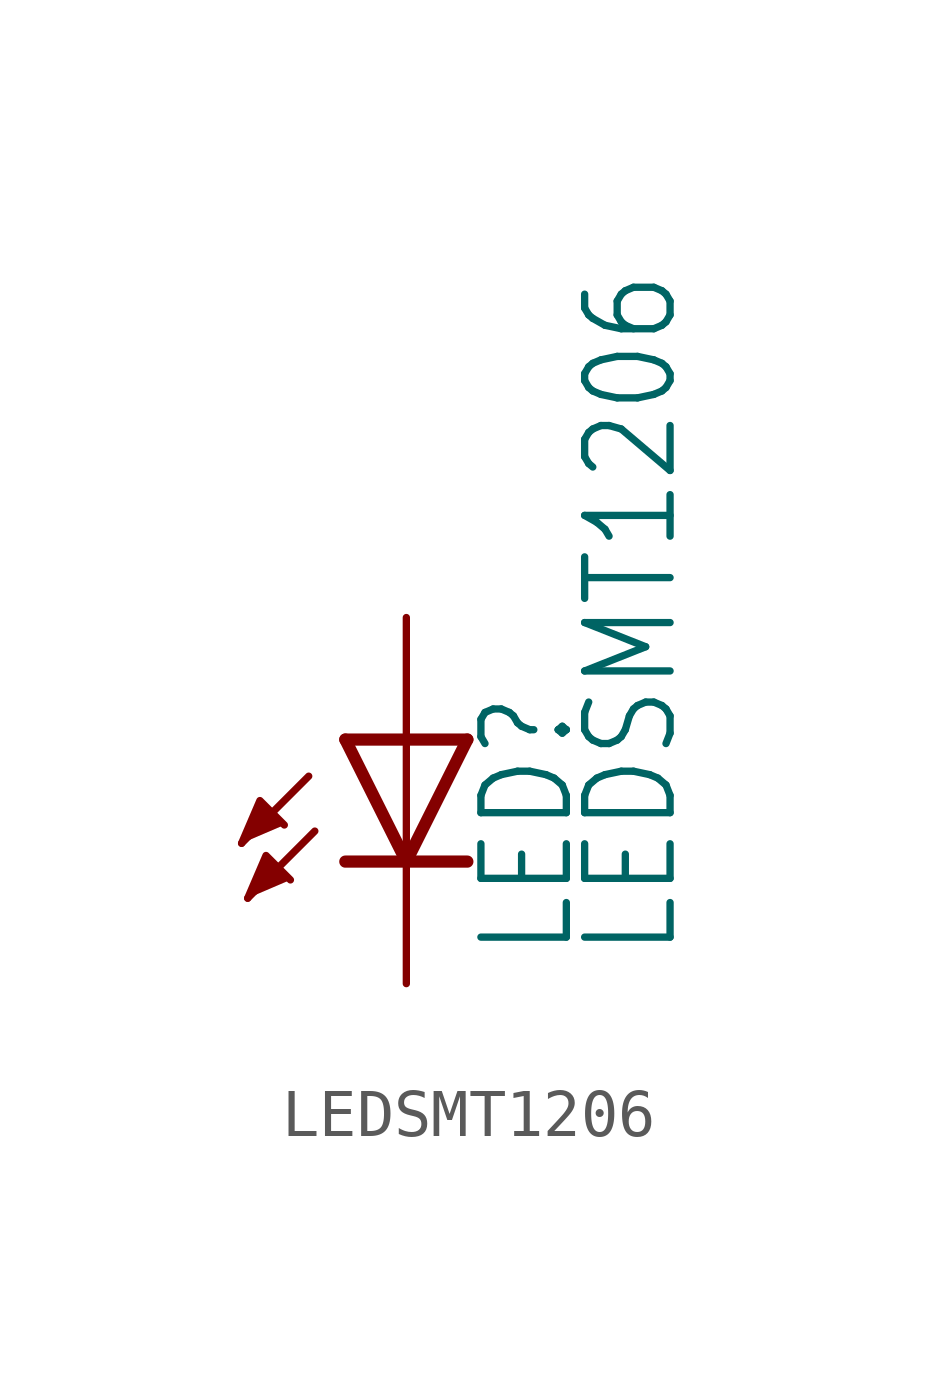
<source format=kicad_sym>
(kicad_symbol_lib
  (version 20211014)
  (generator kicad_symbol_editor)
  (symbol "LEDSMT1206"
    (property "Reference" "LED"
      (at 3.556 -4.572 90)
      (effects (font (size 1.778 1.511)) (justify left bottom)))
    (property "Value" "LEDSMT1206"
      (at 5.715 -4.572 90)
      (effects (font (size 1.778 1.511)) (justify left bottom)))
    (property "ki_locked" ""
      (at 0 0 0)
      (effects (font (size 1.27 1.27))))
    (symbol "LEDSMT1206_1_0"
      (polyline (pts (xy -2.032 -0.762) (xy -3.429 -2.159)) (stroke (width 0.152) (type default) (color 0 0 0 0)) (fill (type none)))
      (polyline (pts (xy -1.905 -1.905) (xy -3.302 -3.302)) (stroke (width 0.152) (type default) (color 0 0 0 0)) (fill (type none)))
      (polyline (pts (xy 0 -2.54) (xy -1.27 -2.54)) (stroke (width 0.254) (type default) (color 0 0 0 0)) (fill (type none)))
      (polyline (pts (xy 0 -2.54) (xy -1.27 0)) (stroke (width 0.254) (type default) (color 0 0 0 0)) (fill (type none)))
      (polyline (pts (xy 0 0) (xy -1.27 0)) (stroke (width 0.254) (type default) (color 0 0 0 0)) (fill (type none)))
      (polyline (pts (xy 0 0) (xy 0 -2.54)) (stroke (width 0.152) (type default) (color 0 0 0 0)) (fill (type none)))
      (polyline (pts (xy 1.27 -2.54) (xy 0 -2.54)) (stroke (width 0.254) (type default) (color 0 0 0 0)) (fill (type none)))
      (polyline (pts (xy 1.27 0) (xy 0 -2.54)) (stroke (width 0.254) (type default) (color 0 0 0 0)) (fill (type none)))
      (polyline (pts (xy 1.27 0) (xy 0 0)) (stroke (width 0.254) (type default) (color 0 0 0 0)) (fill (type none)))
      (polyline (pts (xy -3.429 -2.159) (xy -3.048 -1.27) (xy -2.54 -1.778)) (stroke (width 0) (type default) (color 0 0 0 0)) (fill (type outline)))
      (polyline (pts (xy -3.302 -3.302) (xy -2.921 -2.413) (xy -2.413 -2.921)) (stroke (width 0) (type default) (color 0 0 0 0)) (fill (type outline)))
      (pin passive line (at 0 2.54 270) (length 2.54) (name "A" (effects (font (size 0 0)))) (number "A" (effects (font (size 0 0)))))
      (pin passive line (at 0 -5.08 90) (length 2.54) (name "C" (effects (font (size 0 0)))) (number "C" (effects (font (size 0 0))))))))
</source>
